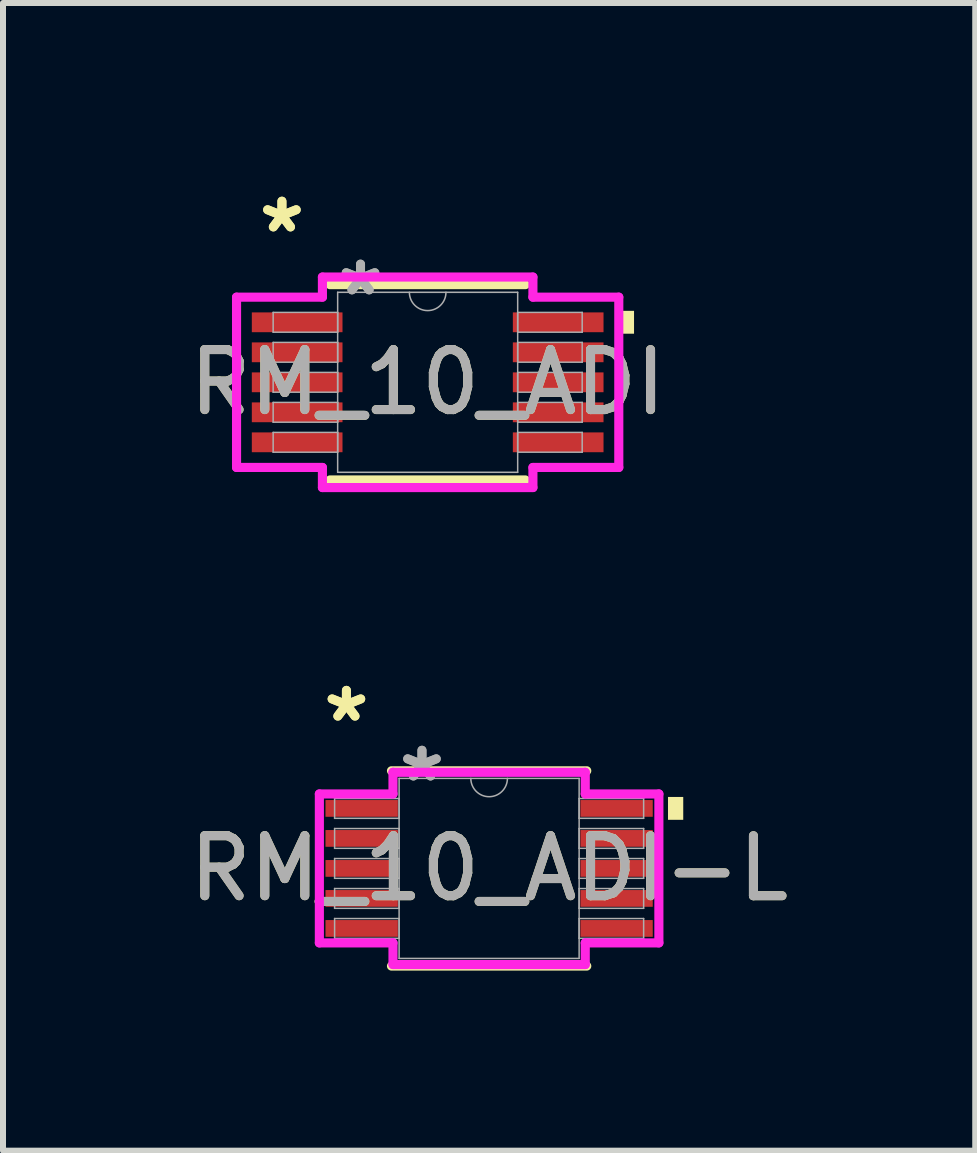
<source format=kicad_pcb>
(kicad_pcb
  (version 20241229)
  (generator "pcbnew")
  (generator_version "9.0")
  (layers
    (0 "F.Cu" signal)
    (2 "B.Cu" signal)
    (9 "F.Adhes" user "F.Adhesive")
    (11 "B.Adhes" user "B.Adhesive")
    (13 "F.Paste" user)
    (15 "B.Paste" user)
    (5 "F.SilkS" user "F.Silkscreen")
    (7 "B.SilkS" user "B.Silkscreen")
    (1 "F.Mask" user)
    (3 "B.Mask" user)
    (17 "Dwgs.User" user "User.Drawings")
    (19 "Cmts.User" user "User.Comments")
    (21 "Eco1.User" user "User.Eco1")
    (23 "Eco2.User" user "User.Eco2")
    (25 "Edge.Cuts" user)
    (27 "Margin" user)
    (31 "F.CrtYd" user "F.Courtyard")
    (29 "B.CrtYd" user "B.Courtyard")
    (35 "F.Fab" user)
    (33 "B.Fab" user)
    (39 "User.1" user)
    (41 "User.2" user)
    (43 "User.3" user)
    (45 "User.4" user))
  (footprint "RM_10_ADI-L"
    (layer "F.Cu")
    (at 5.101 11.422)
    (property "Reference" "RM_10_ADI-L" (at 0 0 0) (unlocked yes) (layer "F.SilkS") (effects (font (size 1 1) (thickness 0.15))))
    (attr smd)
    (fp_line (start -1.627 1.627) (end 1.627 1.627) (stroke (width 0.152) (type solid)) (layer "F.SilkS"))
    (fp_line (start 1.627 -1.627) (end -1.627 -1.627) (stroke (width 0.152) (type solid)) (layer "F.SilkS"))
    (fp_poly (pts (xy 3.235 -1.191) (xy 3.235 -0.81) (xy 2.981 -0.81) (xy 2.981 -1.191)) (stroke (width 0) (type solid)) (fill yes) (layer "F.SilkS"))
    (fp_line (start -2.829 -1.241) (end -1.602 -1.241) (stroke (width 0.152) (type solid)) (layer "F.CrtYd"))
    (fp_line (start -2.829 1.241) (end -2.829 -1.241) (stroke (width 0.152) (type solid)) (layer "F.CrtYd"))
    (fp_line (start -2.829 1.241) (end -1.602 1.241) (stroke (width 0.152) (type solid)) (layer "F.CrtYd"))
    (fp_line (start -1.602 -1.602) (end 1.602 -1.602) (stroke (width 0.152) (type solid)) (layer "F.CrtYd"))
    (fp_line (start -1.602 -1.241) (end -1.602 -1.602) (stroke (width 0.152) (type solid)) (layer "F.CrtYd"))
    (fp_line (start -1.602 1.602) (end -1.602 1.241) (stroke (width 0.152) (type solid)) (layer "F.CrtYd"))
    (fp_line (start 1.602 -1.602) (end 1.602 -1.241) (stroke (width 0.152) (type solid)) (layer "F.CrtYd"))
    (fp_line (start 1.602 1.241) (end 1.602 1.602) (stroke (width 0.152) (type solid)) (layer "F.CrtYd"))
    (fp_line (start 1.602 1.602) (end -1.602 1.602) (stroke (width 0.152) (type solid)) (layer "F.CrtYd"))
    (fp_line (start 2.829 -1.241) (end 1.602 -1.241) (stroke (width 0.152) (type solid)) (layer "F.CrtYd"))
    (fp_line (start 2.829 -1.241) (end 2.829 1.241) (stroke (width 0.152) (type solid)) (layer "F.CrtYd"))
    (fp_line (start 2.829 1.241) (end 1.602 1.241) (stroke (width 0.152) (type solid)) (layer "F.CrtYd"))
    (fp_line (start -2.575 -1.165) (end -2.575 -0.835) (stroke (width 0.025) (type solid)) (layer "F.Fab"))
    (fp_line (start -2.575 -0.835) (end -1.5 -0.835) (stroke (width 0.025) (type solid)) (layer "F.Fab"))
    (fp_line (start -2.575 -0.665) (end -2.575 -0.335) (stroke (width 0.025) (type solid)) (layer "F.Fab"))
    (fp_line (start -2.575 -0.335) (end -1.5 -0.335) (stroke (width 0.025) (type solid)) (layer "F.Fab"))
    (fp_line (start -2.575 -0.165) (end -2.575 0.165) (stroke (width 0.025) (type solid)) (layer "F.Fab"))
    (fp_line (start -2.575 0.165) (end -1.5 0.165) (stroke (width 0.025) (type solid)) (layer "F.Fab"))
    (fp_line (start -2.575 0.335) (end -2.575 0.665) (stroke (width 0.025) (type solid)) (layer "F.Fab"))
    (fp_line (start -2.575 0.665) (end -1.5 0.665) (stroke (width 0.025) (type solid)) (layer "F.Fab"))
    (fp_line (start -2.575 0.835) (end -2.575 1.165) (stroke (width 0.025) (type solid)) (layer "F.Fab"))
    (fp_line (start -2.575 1.165) (end -1.5 1.165) (stroke (width 0.025) (type solid)) (layer "F.Fab"))
    (fp_line (start -1.5 -1.5) (end -1.5 1.5) (stroke (width 0.025) (type solid)) (layer "F.Fab"))
    (fp_line (start -1.5 -1.165) (end -2.575 -1.165) (stroke (width 0.025) (type solid)) (layer "F.Fab"))
    (fp_line (start -1.5 -0.835) (end -1.5 -1.165) (stroke (width 0.025) (type solid)) (layer "F.Fab"))
    (fp_line (start -1.5 -0.665) (end -2.575 -0.665) (stroke (width 0.025) (type solid)) (layer "F.Fab"))
    (fp_line (start -1.5 -0.335) (end -1.5 -0.665) (stroke (width 0.025) (type solid)) (layer "F.Fab"))
    (fp_line (start -1.5 -0.165) (end -2.575 -0.165) (stroke (width 0.025) (type solid)) (layer "F.Fab"))
    (fp_line (start -1.5 0.165) (end -1.5 -0.165) (stroke (width 0.025) (type solid)) (layer "F.Fab"))
    (fp_line (start -1.5 0.335) (end -2.575 0.335) (stroke (width 0.025) (type solid)) (layer "F.Fab"))
    (fp_line (start -1.5 0.665) (end -1.5 0.335) (stroke (width 0.025) (type solid)) (layer "F.Fab"))
    (fp_line (start -1.5 0.835) (end -2.575 0.835) (stroke (width 0.025) (type solid)) (layer "F.Fab"))
    (fp_line (start -1.5 1.165) (end -1.5 0.835) (stroke (width 0.025) (type solid)) (layer "F.Fab"))
    (fp_line (start -1.5 1.5) (end 1.5 1.5) (stroke (width 0.025) (type solid)) (layer "F.Fab"))
    (fp_line (start 1.5 -1.5) (end -1.5 -1.5) (stroke (width 0.025) (type solid)) (layer "F.Fab"))
    (fp_line (start 1.5 -1.165) (end 1.5 -0.835) (stroke (width 0.025) (type solid)) (layer "F.Fab"))
    (fp_line (start 1.5 -0.835) (end 2.575 -0.835) (stroke (width 0.025) (type solid)) (layer "F.Fab"))
    (fp_line (start 1.5 -0.665) (end 1.5 -0.335) (stroke (width 0.025) (type solid)) (layer "F.Fab"))
    (fp_line (start 1.5 -0.335) (end 2.575 -0.335) (stroke (width 0.025) (type solid)) (layer "F.Fab"))
    (fp_line (start 1.5 -0.165) (end 1.5 0.165) (stroke (width 0.025) (type solid)) (layer "F.Fab"))
    (fp_line (start 1.5 0.165) (end 2.575 0.165) (stroke (width 0.025) (type solid)) (layer "F.Fab"))
    (fp_line (start 1.5 0.335) (end 1.5 0.665) (stroke (width 0.025) (type solid)) (layer "F.Fab"))
    (fp_line (start 1.5 0.665) (end 2.575 0.665) (stroke (width 0.025) (type solid)) (layer "F.Fab"))
    (fp_line (start 1.5 0.835) (end 1.5 1.165) (stroke (width 0.025) (type solid)) (layer "F.Fab"))
    (fp_line (start 1.5 1.165) (end 2.575 1.165) (stroke (width 0.025) (type solid)) (layer "F.Fab"))
    (fp_line (start 1.5 1.5) (end 1.5 -1.5) (stroke (width 0.025) (type solid)) (layer "F.Fab"))
    (fp_line (start 2.575 -1.165) (end 1.5 -1.165) (stroke (width 0.025) (type solid)) (layer "F.Fab"))
    (fp_line (start 2.575 -0.835) (end 2.575 -1.165) (stroke (width 0.025) (type solid)) (layer "F.Fab"))
    (fp_line (start 2.575 -0.665) (end 1.5 -0.665) (stroke (width 0.025) (type solid)) (layer "F.Fab"))
    (fp_line (start 2.575 -0.335) (end 2.575 -0.665) (stroke (width 0.025) (type solid)) (layer "F.Fab"))
    (fp_line (start 2.575 -0.165) (end 1.5 -0.165) (stroke (width 0.025) (type solid)) (layer "F.Fab"))
    (fp_line (start 2.575 0.165) (end 2.575 -0.165) (stroke (width 0.025) (type solid)) (layer "F.Fab"))
    (fp_line (start 2.575 0.335) (end 1.5 0.335) (stroke (width 0.025) (type solid)) (layer "F.Fab"))
    (fp_line (start 2.575 0.665) (end 2.575 0.335) (stroke (width 0.025) (type solid)) (layer "F.Fab"))
    (fp_line (start 2.575 0.835) (end 1.5 0.835) (stroke (width 0.025) (type solid)) (layer "F.Fab"))
    (fp_line (start 2.575 1.165) (end 2.575 0.835) (stroke (width 0.025) (type solid)) (layer "F.Fab"))
    (fp_arc (start 0.3048 -1.5) (mid 0 -1.1952) (end -0.3048 -1.5) (stroke (width 0.0254) (type solid)) (layer "F.Fab"))
    (fp_text user "*" (at -2.378 -2.422 0) (layer "F.SilkS") (effects (font (size 1 1) (thickness 0.15))))
    (fp_text user "*" (at -2.378 -2.422 0) (unlocked yes) (layer "F.SilkS") (effects (font (size 1 1) (thickness 0.15))))
    (fp_text user "*" (at -1.119 -1.424 0) (unlocked yes) (layer "F.Fab") (effects (font (size 1 1) (thickness 0.15))))
    (fp_text user "*" (at -1.119 -1.424 0) (layer "F.Fab") (effects (font (size 1 1) (thickness 0.15))))
    (fp_text user "${REFERENCE}" (at 0 0 0) (unlocked yes) (layer "F.Fab") (effects (font (size 1 1) (thickness 0.15))))
    (pad "1" smd rect (at -2.124 -1) (size 1.206 0.279) (layers "F.Cu" "F.Mask" "F.Paste"))
    (pad "2" smd rect (at -2.124 -0.5) (size 1.206 0.279) (layers "F.Cu" "F.Mask" "F.Paste"))
    (pad "3" smd rect (at -2.124 0) (size 1.206 0.279) (layers "F.Cu" "F.Mask" "F.Paste"))
    (pad "4" smd rect (at -2.124 0.5) (size 1.206 0.279) (layers "F.Cu" "F.Mask" "F.Paste"))
    (pad "5" smd rect (at -2.124 1) (size 1.206 0.279) (layers "F.Cu" "F.Mask" "F.Paste"))
    (pad "6" smd rect (at 2.124 1) (size 1.206 0.279) (layers "F.Cu" "F.Mask" "F.Paste"))
    (pad "7" smd rect (at 2.124 0.5) (size 1.206 0.279) (layers "F.Cu" "F.Mask" "F.Paste"))
    (pad "8" smd rect (at 2.124 0) (size 1.206 0.279) (layers "F.Cu" "F.Mask" "F.Paste"))
    (pad "9" smd rect (at 2.124 -0.5) (size 1.206 0.279) (layers "F.Cu" "F.Mask" "F.Paste"))
    (pad "10" smd rect (at 2.124 -1) (size 1.206 0.279) (layers "F.Cu" "F.Mask" "F.Paste")))
  (footprint "RM_10_ADI"
    (layer "F.Cu")
    (at 4.077 3.321)
    (property "Reference" "RM_10_ADI" (at 0 0 0) (unlocked yes) (layer "F.SilkS") (effects (font (size 1 1) (thickness 0.15))))
    (attr smd)
    (fp_line (start -1.627 1.627) (end 1.627 1.627) (stroke (width 0.152) (type solid)) (layer "F.SilkS"))
    (fp_line (start 1.627 -1.627) (end -1.627 -1.627) (stroke (width 0.152) (type solid)) (layer "F.SilkS"))
    (fp_poly (pts (xy 3.439 -1.191) (xy 3.439 -0.81) (xy 3.185 -0.81) (xy 3.185 -1.191)) (stroke (width 0) (type solid)) (fill yes) (layer "F.SilkS"))
    (fp_line (start -3.185 -1.419) (end -1.754 -1.419) (stroke (width 0.152) (type solid)) (layer "F.CrtYd"))
    (fp_line (start -3.185 1.419) (end -3.185 -1.419) (stroke (width 0.152) (type solid)) (layer "F.CrtYd"))
    (fp_line (start -3.185 1.419) (end -1.754 1.419) (stroke (width 0.152) (type solid)) (layer "F.CrtYd"))
    (fp_line (start -1.754 -1.754) (end 1.754 -1.754) (stroke (width 0.152) (type solid)) (layer "F.CrtYd"))
    (fp_line (start -1.754 -1.419) (end -1.754 -1.754) (stroke (width 0.152) (type solid)) (layer "F.CrtYd"))
    (fp_line (start -1.754 1.754) (end -1.754 1.419) (stroke (width 0.152) (type solid)) (layer "F.CrtYd"))
    (fp_line (start 1.754 -1.754) (end 1.754 -1.419) (stroke (width 0.152) (type solid)) (layer "F.CrtYd"))
    (fp_line (start 1.754 1.419) (end 1.754 1.754) (stroke (width 0.152) (type solid)) (layer "F.CrtYd"))
    (fp_line (start 1.754 1.754) (end -1.754 1.754) (stroke (width 0.152) (type solid)) (layer "F.CrtYd"))
    (fp_line (start 3.185 -1.419) (end 1.754 -1.419) (stroke (width 0.152) (type solid)) (layer "F.CrtYd"))
    (fp_line (start 3.185 -1.419) (end 3.185 1.419) (stroke (width 0.152) (type solid)) (layer "F.CrtYd"))
    (fp_line (start 3.185 1.419) (end 1.754 1.419) (stroke (width 0.152) (type solid)) (layer "F.CrtYd"))
    (fp_line (start -2.575 -1.165) (end -2.575 -0.835) (stroke (width 0.025) (type solid)) (layer "F.Fab"))
    (fp_line (start -2.575 -0.835) (end -1.5 -0.835) (stroke (width 0.025) (type solid)) (layer "F.Fab"))
    (fp_line (start -2.575 -0.665) (end -2.575 -0.335) (stroke (width 0.025) (type solid)) (layer "F.Fab"))
    (fp_line (start -2.575 -0.335) (end -1.5 -0.335) (stroke (width 0.025) (type solid)) (layer "F.Fab"))
    (fp_line (start -2.575 -0.165) (end -2.575 0.165) (stroke (width 0.025) (type solid)) (layer "F.Fab"))
    (fp_line (start -2.575 0.165) (end -1.5 0.165) (stroke (width 0.025) (type solid)) (layer "F.Fab"))
    (fp_line (start -2.575 0.335) (end -2.575 0.665) (stroke (width 0.025) (type solid)) (layer "F.Fab"))
    (fp_line (start -2.575 0.665) (end -1.5 0.665) (stroke (width 0.025) (type solid)) (layer "F.Fab"))
    (fp_line (start -2.575 0.835) (end -2.575 1.165) (stroke (width 0.025) (type solid)) (layer "F.Fab"))
    (fp_line (start -2.575 1.165) (end -1.5 1.165) (stroke (width 0.025) (type solid)) (layer "F.Fab"))
    (fp_line (start -1.5 -1.5) (end -1.5 1.5) (stroke (width 0.025) (type solid)) (layer "F.Fab"))
    (fp_line (start -1.5 -1.165) (end -2.575 -1.165) (stroke (width 0.025) (type solid)) (layer "F.Fab"))
    (fp_line (start -1.5 -0.835) (end -1.5 -1.165) (stroke (width 0.025) (type solid)) (layer "F.Fab"))
    (fp_line (start -1.5 -0.665) (end -2.575 -0.665) (stroke (width 0.025) (type solid)) (layer "F.Fab"))
    (fp_line (start -1.5 -0.335) (end -1.5 -0.665) (stroke (width 0.025) (type solid)) (layer "F.Fab"))
    (fp_line (start -1.5 -0.165) (end -2.575 -0.165) (stroke (width 0.025) (type solid)) (layer "F.Fab"))
    (fp_line (start -1.5 0.165) (end -1.5 -0.165) (stroke (width 0.025) (type solid)) (layer "F.Fab"))
    (fp_line (start -1.5 0.335) (end -2.575 0.335) (stroke (width 0.025) (type solid)) (layer "F.Fab"))
    (fp_line (start -1.5 0.665) (end -1.5 0.335) (stroke (width 0.025) (type solid)) (layer "F.Fab"))
    (fp_line (start -1.5 0.835) (end -2.575 0.835) (stroke (width 0.025) (type solid)) (layer "F.Fab"))
    (fp_line (start -1.5 1.165) (end -1.5 0.835) (stroke (width 0.025) (type solid)) (layer "F.Fab"))
    (fp_line (start -1.5 1.5) (end 1.5 1.5) (stroke (width 0.025) (type solid)) (layer "F.Fab"))
    (fp_line (start 1.5 -1.5) (end -1.5 -1.5) (stroke (width 0.025) (type solid)) (layer "F.Fab"))
    (fp_line (start 1.5 -1.165) (end 1.5 -0.835) (stroke (width 0.025) (type solid)) (layer "F.Fab"))
    (fp_line (start 1.5 -0.835) (end 2.575 -0.835) (stroke (width 0.025) (type solid)) (layer "F.Fab"))
    (fp_line (start 1.5 -0.665) (end 1.5 -0.335) (stroke (width 0.025) (type solid)) (layer "F.Fab"))
    (fp_line (start 1.5 -0.335) (end 2.575 -0.335) (stroke (width 0.025) (type solid)) (layer "F.Fab"))
    (fp_line (start 1.5 -0.165) (end 1.5 0.165) (stroke (width 0.025) (type solid)) (layer "F.Fab"))
    (fp_line (start 1.5 0.165) (end 2.575 0.165) (stroke (width 0.025) (type solid)) (layer "F.Fab"))
    (fp_line (start 1.5 0.335) (end 1.5 0.665) (stroke (width 0.025) (type solid)) (layer "F.Fab"))
    (fp_line (start 1.5 0.665) (end 2.575 0.665) (stroke (width 0.025) (type solid)) (layer "F.Fab"))
    (fp_line (start 1.5 0.835) (end 1.5 1.165) (stroke (width 0.025) (type solid)) (layer "F.Fab"))
    (fp_line (start 1.5 1.165) (end 2.575 1.165) (stroke (width 0.025) (type solid)) (layer "F.Fab"))
    (fp_line (start 1.5 1.5) (end 1.5 -1.5) (stroke (width 0.025) (type solid)) (layer "F.Fab"))
    (fp_line (start 2.575 -1.165) (end 1.5 -1.165) (stroke (width 0.025) (type solid)) (layer "F.Fab"))
    (fp_line (start 2.575 -0.835) (end 2.575 -1.165) (stroke (width 0.025) (type solid)) (layer "F.Fab"))
    (fp_line (start 2.575 -0.665) (end 1.5 -0.665) (stroke (width 0.025) (type solid)) (layer "F.Fab"))
    (fp_line (start 2.575 -0.335) (end 2.575 -0.665) (stroke (width 0.025) (type solid)) (layer "F.Fab"))
    (fp_line (start 2.575 -0.165) (end 1.5 -0.165) (stroke (width 0.025) (type solid)) (layer "F.Fab"))
    (fp_line (start 2.575 0.165) (end 2.575 -0.165) (stroke (width 0.025) (type solid)) (layer "F.Fab"))
    (fp_line (start 2.575 0.335) (end 1.5 0.335) (stroke (width 0.025) (type solid)) (layer "F.Fab"))
    (fp_line (start 2.575 0.665) (end 2.575 0.335) (stroke (width 0.025) (type solid)) (layer "F.Fab"))
    (fp_line (start 2.575 0.835) (end 1.5 0.835) (stroke (width 0.025) (type solid)) (layer "F.Fab"))
    (fp_line (start 2.575 1.165) (end 2.575 0.835) (stroke (width 0.025) (type solid)) (layer "F.Fab"))
    (fp_arc (start 0.3048 -1.5) (mid 0 -1.1952) (end -0.3048 -1.5) (stroke (width 0.0254) (type solid)) (layer "F.Fab"))
    (fp_text user "*" (at -2.429 -2.473 0) (unlocked yes) (layer "F.SilkS") (effects (font (size 1 1) (thickness 0.15))))
    (fp_text user "*" (at -2.429 -2.473 0) (layer "F.SilkS") (effects (font (size 1 1) (thickness 0.15))))
    (fp_text user "*" (at -1.119 -1.424 0) (unlocked yes) (layer "F.Fab") (effects (font (size 1 1) (thickness 0.15))))
    (fp_text user "${REFERENCE}" (at 0 0 0) (unlocked yes) (layer "F.Fab") (effects (font (size 1 1) (thickness 0.15))))
    (fp_text user "*" (at -1.119 -1.424 0) (layer "F.Fab") (effects (font (size 1 1) (thickness 0.15))))
    (pad "1" smd rect (at -2.175 -1) (size 1.511 0.33) (layers "F.Cu" "F.Mask" "F.Paste"))
    (pad "2" smd rect (at -2.175 -0.5) (size 1.511 0.33) (layers "F.Cu" "F.Mask" "F.Paste"))
    (pad "3" smd rect (at -2.175 0) (size 1.511 0.33) (layers "F.Cu" "F.Mask" "F.Paste"))
    (pad "4" smd rect (at -2.175 0.5) (size 1.511 0.33) (layers "F.Cu" "F.Mask" "F.Paste"))
    (pad "5" smd rect (at -2.175 1) (size 1.511 0.33) (layers "F.Cu" "F.Mask" "F.Paste"))
    (pad "6" smd rect (at 2.175 1) (size 1.511 0.33) (layers "F.Cu" "F.Mask" "F.Paste"))
    (pad "7" smd rect (at 2.175 0.5) (size 1.511 0.33) (layers "F.Cu" "F.Mask" "F.Paste"))
    (pad "8" smd rect (at 2.175 0) (size 1.511 0.33) (layers "F.Cu" "F.Mask" "F.Paste"))
    (pad "9" smd rect (at 2.175 -0.5) (size 1.511 0.33) (layers "F.Cu" "F.Mask" "F.Paste"))
    (pad "10" smd rect (at 2.175 -1) (size 1.511 0.33) (layers "F.Cu" "F.Mask" "F.Paste")))
  (gr_rect
    (start -3 -3)
    (end 13.202 16.125)
    (stroke (width 0.1) (type default))
    (fill no)
    (layer "Edge.Cuts")))
</source>
